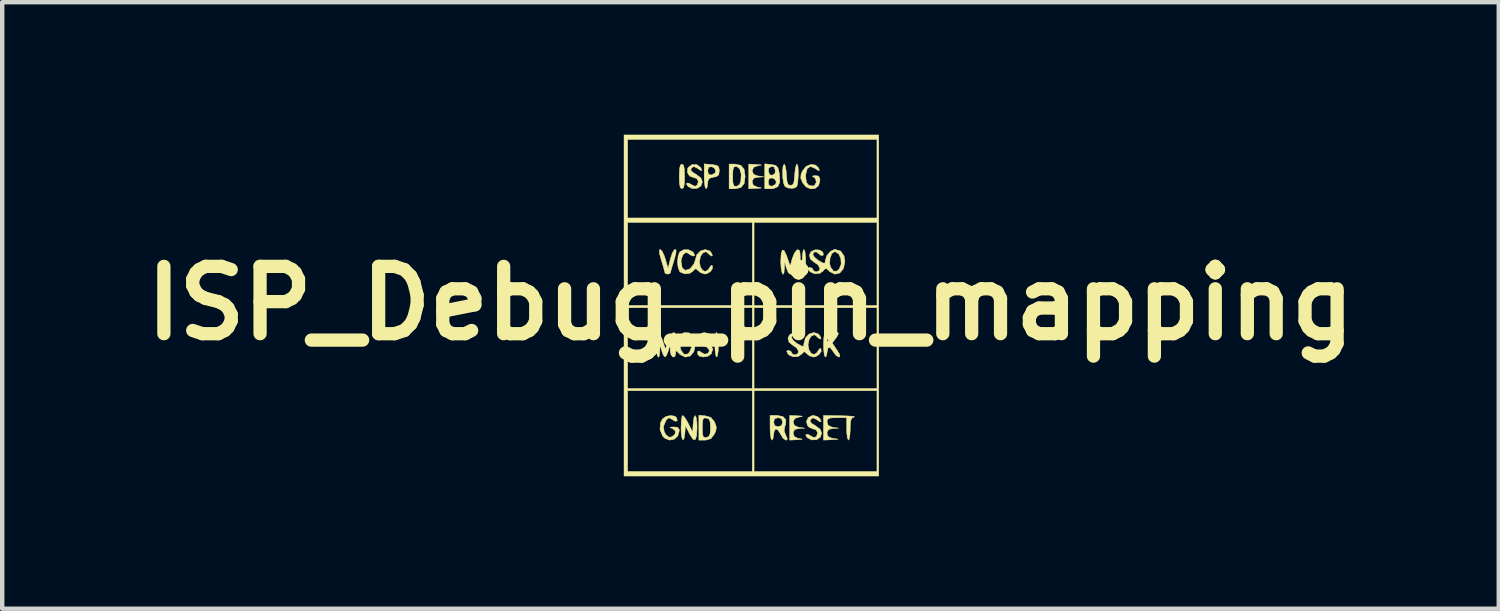
<source format=kicad_pcb>
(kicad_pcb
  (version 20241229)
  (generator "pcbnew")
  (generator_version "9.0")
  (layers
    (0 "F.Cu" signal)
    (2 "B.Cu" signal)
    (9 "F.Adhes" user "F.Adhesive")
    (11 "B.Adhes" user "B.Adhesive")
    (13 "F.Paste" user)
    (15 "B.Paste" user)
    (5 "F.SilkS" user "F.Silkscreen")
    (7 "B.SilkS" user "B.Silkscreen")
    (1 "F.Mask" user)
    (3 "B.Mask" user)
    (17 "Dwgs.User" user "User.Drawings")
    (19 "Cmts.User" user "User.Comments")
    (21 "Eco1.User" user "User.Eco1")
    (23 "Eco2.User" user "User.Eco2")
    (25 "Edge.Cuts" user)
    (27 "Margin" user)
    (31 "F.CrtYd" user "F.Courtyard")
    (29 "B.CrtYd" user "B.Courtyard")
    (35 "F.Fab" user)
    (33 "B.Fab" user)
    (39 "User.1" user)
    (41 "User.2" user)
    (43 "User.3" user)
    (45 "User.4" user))
  (footprint "ISP_Debug_pin_mapping"
    (layer "F.Cu")
    (at 13.941 3.815)
    (property "Reference" "ISP_Debug_pin_mapping" (at 0 0 0) (layer "F.SilkS") (effects (font (size 1.524 1.524) (thickness 0.3))))
    (attr through_hole)
    (fp_poly (pts (xy -1.516 -3.125) (xy -1.497 -3.036) (xy -1.492 -2.87) (xy -1.497 -2.702) (xy -1.516 -2.615) (xy -1.552 -2.591) (xy -1.589 -2.616) (xy -1.607 -2.704) (xy -1.613 -2.87) (xy -1.607 -3.039) (xy -1.588 -3.125) (xy -1.552 -3.15) (xy -1.516 -3.125)) (stroke (width 0.01) (type solid)) (fill yes) (layer "F.SilkS"))
    (fp_poly (pts (xy -0.744 0.706) (xy -0.729 0.825) (xy -0.726 0.94) (xy -0.732 1.093) (xy -0.749 1.194) (xy -0.766 1.219) (xy -0.788 1.173) (xy -0.803 1.055) (xy -0.806 0.94) (xy -0.8 0.787) (xy -0.783 0.685) (xy -0.766 0.66) (xy -0.744 0.706)) (stroke (width 0.01) (type solid)) (fill yes) (layer "F.SilkS"))
    (fp_poly (pts (xy 1.232 -1.173) (xy 1.246 -1.055) (xy 1.25 -0.94) (xy 1.243 -0.787) (xy 1.226 -0.685) (xy 1.21 -0.66) (xy 1.187 -0.706) (xy 1.173 -0.825) (xy 1.169 -0.94) (xy 1.176 -1.093) (xy 1.193 -1.194) (xy 1.21 -1.219) (xy 1.232 -1.173)) (stroke (width 0.01) (type solid)) (fill yes) (layer "F.SilkS"))
    (fp_poly (pts (xy -1.683 -1.196) (xy -1.691 -1.117) (xy -1.734 -0.963) (xy -1.734 -0.963) (xy -1.779 -0.817) (xy -1.808 -0.714) (xy -1.814 -0.684) (xy -1.847 -0.663) (xy -1.875 -0.66) (xy -1.929 -0.673) (xy -1.935 -0.684) (xy -1.949 -0.74) (xy -1.984 -0.861) (xy -2.015 -0.963) (xy -2.059 -1.119) (xy -2.066 -1.2) (xy -2.044 -1.219) (xy -2 -1.176) (xy -1.949 -1.066) (xy -1.929 -1.003) (xy -1.866 -0.787) (xy -1.813 -1.003) (xy -1.771 -1.134) (xy -1.725 -1.211) (xy -1.708 -1.219) (xy -1.683 -1.196)) (stroke (width 0.01) (type solid)) (fill yes) (layer "F.SilkS"))
    (fp_poly (pts (xy -1.493 2.579) (xy -1.431 2.679) (xy -1.404 2.731) (xy -1.31 2.921) (xy -1.298 2.731) (xy -1.28 2.59) (xy -1.255 2.543) (xy -1.231 2.582) (xy -1.213 2.7) (xy -1.21 2.819) (xy -1.22 3.004) (xy -1.251 3.09) (xy -1.303 3.079) (xy -1.375 2.969) (xy -1.392 2.934) (xy -1.472 2.769) (xy -1.484 2.934) (xy -1.503 3.061) (xy -1.528 3.098) (xy -1.552 3.051) (xy -1.569 2.931) (xy -1.572 2.819) (xy -1.566 2.666) (xy -1.551 2.565) (xy -1.535 2.54) (xy -1.493 2.579)) (stroke (width 0.01) (type solid)) (fill yes) (layer "F.SilkS"))
    (fp_poly (pts (xy 0.131 -3.141) (xy 0.228 -3.135) (xy 0.248 -3.128) (xy 0.197 -3.117) (xy 0.171 -3.113) (xy 0.074 -3.079) (xy 0.041 -3.01) (xy 0.04 -2.997) (xy 0.066 -2.923) (xy 0.154 -2.885) (xy 0.171 -2.882) (xy 0.302 -2.861) (xy 0.171 -2.853) (xy 0.077 -2.832) (xy 0.042 -2.774) (xy 0.04 -2.746) (xy 0.064 -2.67) (xy 0.148 -2.632) (xy 0.171 -2.628) (xy 0.242 -2.615) (xy 0.241 -2.607) (xy 0.164 -2.601) (xy 0.131 -2.599) (xy -0.04 -2.591) (xy -0.04 -3.15) (xy 0.131 -3.141)) (stroke (width 0.01) (type solid)) (fill yes) (layer "F.SilkS"))
    (fp_poly (pts (xy 1.058 2.548) (xy 1.155 2.554) (xy 1.176 2.561) (xy 1.124 2.573) (xy 1.099 2.577) (xy 1.001 2.611) (xy 0.968 2.68) (xy 0.968 2.692) (xy 0.994 2.767) (xy 1.081 2.805) (xy 1.099 2.808) (xy 1.23 2.829) (xy 1.099 2.837) (xy 1.004 2.858) (xy 0.969 2.916) (xy 0.968 2.943) (xy 0.992 3.019) (xy 1.075 3.058) (xy 1.099 3.062) (xy 1.169 3.075) (xy 1.168 3.083) (xy 1.092 3.089) (xy 1.058 3.091) (xy 0.887 3.099) (xy 0.887 2.54) (xy 1.058 2.548)) (stroke (width 0.01) (type solid)) (fill yes) (layer "F.SilkS"))
    (fp_poly (pts (xy -0.217 -3.122) (xy -0.143 -3.031) (xy -0.121 -2.87) (xy -0.144 -2.707) (xy -0.219 -2.618) (xy -0.351 -2.591) (xy -0.484 -2.591) (xy -0.484 -2.87) (xy -0.403 -2.87) (xy -0.398 -2.727) (xy -0.376 -2.66) (xy -0.328 -2.642) (xy -0.323 -2.642) (xy -0.248 -2.687) (xy -0.219 -2.765) (xy -0.21 -2.924) (xy -0.245 -3.044) (xy -0.314 -3.098) (xy -0.325 -3.099) (xy -0.374 -3.083) (xy -0.397 -3.017) (xy -0.403 -2.877) (xy -0.403 -2.87) (xy -0.484 -2.87) (xy -0.484 -3.15) (xy -0.351 -3.15) (xy -0.217 -3.122)) (stroke (width 0.01) (type solid)) (fill yes) (layer "F.SilkS"))
    (fp_poly (pts (xy 1.992 0.681) (xy 1.96 0.753) (xy 1.94 0.781) (xy 1.851 0.901) (xy 1.957 1.06) (xy 2.019 1.163) (xy 2.025 1.211) (xy 2 1.219) (xy 1.934 1.18) (xy 1.871 1.093) (xy 1.805 1.005) (xy 1.756 1.01) (xy 1.734 1.106) (xy 1.734 1.121) (xy 1.716 1.202) (xy 1.693 1.219) (xy 1.671 1.173) (xy 1.657 1.055) (xy 1.653 0.94) (xy 1.66 0.787) (xy 1.677 0.685) (xy 1.693 0.66) (xy 1.725 0.703) (xy 1.734 0.771) (xy 1.734 0.881) (xy 1.827 0.771) (xy 1.911 0.689) (xy 1.971 0.66) (xy 1.992 0.681)) (stroke (width 0.01) (type solid)) (fill yes) (layer "F.SilkS"))
    (fp_poly (pts (xy -1.019 2.55) (xy -0.898 2.585) (xy -0.822 2.675) (xy -0.81 2.699) (xy -0.773 2.805) (xy -0.785 2.892) (xy -0.82 2.966) (xy -0.897 3.066) (xy -1.008 3.098) (xy -1.029 3.099) (xy -1.169 3.099) (xy -1.169 2.819) (xy -1.089 2.819) (xy -1.085 2.962) (xy -1.067 3.028) (xy -1.025 3.042) (xy -0.998 3.039) (xy -0.938 3.012) (xy -0.912 2.941) (xy -0.907 2.819) (xy -0.914 2.685) (xy -0.944 2.621) (xy -0.998 2.6) (xy -1.053 2.6) (xy -1.08 2.642) (xy -1.088 2.75) (xy -1.089 2.819) (xy -1.169 2.819) (xy -1.169 2.534) (xy -1.019 2.55)) (stroke (width 0.01) (type solid)) (fill yes) (layer "F.SilkS"))
    (fp_poly (pts (xy 1.074 -3.103) (xy 1.083 -2.981) (xy 1.081 -2.883) (xy 1.07 -2.727) (xy 1.05 -2.646) (xy 1.006 -2.612) (xy 0.947 -2.601) (xy 0.844 -2.61) (xy 0.776 -2.649) (xy 0.747 -2.728) (xy 0.73 -2.854) (xy 0.727 -2.989) (xy 0.737 -3.1) (xy 0.762 -3.149) (xy 0.764 -3.15) (xy 0.788 -3.104) (xy 0.808 -2.988) (xy 0.814 -2.908) (xy 0.827 -2.76) (xy 0.853 -2.687) (xy 0.9 -2.667) (xy 0.907 -2.667) (xy 0.958 -2.683) (xy 0.985 -2.749) (xy 0.999 -2.888) (xy 1 -2.908) (xy 1.015 -3.049) (xy 1.039 -3.136) (xy 1.053 -3.15) (xy 1.074 -3.103)) (stroke (width 0.01) (type solid)) (fill yes) (layer "F.SilkS"))
    (fp_poly (pts (xy -1.214 -3.138) (xy -1.129 -3.073) (xy -1.099 -3.009) (xy -1.129 -3.006) (xy -1.209 -3.059) (xy -1.283 -3.096) (xy -1.337 -3.061) (xy -1.352 -3.012) (xy -1.307 -2.963) (xy -1.237 -2.921) (xy -1.125 -2.838) (xy -1.089 -2.748) (xy -1.123 -2.654) (xy -1.207 -2.6) (xy -1.315 -2.595) (xy -1.41 -2.64) (xy -1.448 -2.694) (xy -1.444 -2.719) (xy -1.395 -2.719) (xy -1.335 -2.684) (xy -1.256 -2.646) (xy -1.206 -2.677) (xy -1.18 -2.758) (xy -1.219 -2.824) (xy -1.288 -2.845) (xy -1.379 -2.879) (xy -1.429 -2.959) (xy -1.422 -3.055) (xy -1.411 -3.073) (xy -1.322 -3.139) (xy -1.214 -3.138)) (stroke (width 0.01) (type solid)) (fill yes) (layer "F.SilkS"))
    (fp_poly (pts (xy -0.877 -3.14) (xy -0.768 -3.123) (xy -0.719 -3.087) (xy -0.706 -3.013) (xy -0.706 -2.997) (xy -0.719 -2.906) (xy -0.776 -2.865) (xy -0.837 -2.854) (xy -0.929 -2.829) (xy -0.964 -2.77) (xy -0.968 -2.715) (xy -0.982 -2.621) (xy -1.008 -2.591) (xy -1.03 -2.637) (xy -1.045 -2.755) (xy -1.048 -2.873) (xy -1.048 -2.997) (xy -0.968 -2.997) (xy -0.949 -2.916) (xy -0.881 -2.904) (xy -0.877 -2.905) (xy -0.806 -2.946) (xy -0.786 -2.997) (xy -0.821 -3.063) (xy -0.877 -3.09) (xy -0.948 -3.08) (xy -0.968 -3.002) (xy -0.968 -2.997) (xy -1.048 -2.997) (xy -1.048 -3.155) (xy -0.877 -3.14)) (stroke (width 0.01) (type solid)) (fill yes) (layer "F.SilkS"))
    (fp_poly (pts (xy 1.526 2.572) (xy 1.572 2.616) (xy 1.602 2.68) (xy 1.572 2.684) (xy 1.492 2.63) (xy 1.418 2.594) (xy 1.365 2.629) (xy 1.349 2.678) (xy 1.394 2.727) (xy 1.464 2.768) (xy 1.576 2.852) (xy 1.613 2.942) (xy 1.579 3.036) (xy 1.495 3.09) (xy 1.387 3.095) (xy 1.291 3.05) (xy 1.253 2.995) (xy 1.257 2.971) (xy 1.306 2.97) (xy 1.366 3.005) (xy 1.445 3.044) (xy 1.495 3.013) (xy 1.521 2.931) (xy 1.482 2.865) (xy 1.414 2.845) (xy 1.327 2.808) (xy 1.29 2.769) (xy 1.267 2.674) (xy 1.308 2.59) (xy 1.397 2.543) (xy 1.431 2.54) (xy 1.526 2.572)) (stroke (width 0.01) (type solid)) (fill yes) (layer "F.SilkS"))
    (fp_poly (pts (xy -1.712 2.558) (xy -1.672 2.594) (xy -1.658 2.662) (xy -1.701 2.673) (xy -1.772 2.632) (xy -1.845 2.593) (xy -1.896 2.63) (xy -1.918 2.664) (xy -1.97 2.79) (xy -1.955 2.902) (xy -1.922 2.968) (xy -1.847 3.034) (xy -1.781 3.025) (xy -1.707 2.965) (xy -1.702 2.891) (xy -1.766 2.835) (xy -1.784 2.83) (xy -1.825 2.814) (xy -1.79 2.804) (xy -1.744 2.801) (xy -1.65 2.809) (xy -1.615 2.857) (xy -1.613 2.885) (xy -1.646 3.006) (xy -1.728 3.08) (xy -1.836 3.099) (xy -1.943 3.055) (xy -1.989 3.006) (xy -2.049 2.861) (xy -2.039 2.709) (xy -1.993 2.62) (xy -1.911 2.563) (xy -1.806 2.542) (xy -1.712 2.558)) (stroke (width 0.01) (type solid)) (fill yes) (layer "F.SilkS"))
    (fp_poly (pts (xy 0.735 2.566) (xy 0.801 2.637) (xy 0.796 2.746) (xy 0.778 2.788) (xy 0.762 2.889) (xy 0.797 2.985) (xy 0.834 3.068) (xy 0.822 3.096) (xy 0.798 3.099) (xy 0.738 3.058) (xy 0.685 2.972) (xy 0.629 2.879) (xy 0.578 2.845) (xy 0.537 2.889) (xy 0.524 2.972) (xy 0.51 3.067) (xy 0.484 3.099) (xy 0.462 3.053) (xy 0.447 2.934) (xy 0.443 2.819) (xy 0.443 2.692) (xy 0.524 2.692) (xy 0.548 2.772) (xy 0.625 2.794) (xy 0.704 2.77) (xy 0.726 2.692) (xy 0.702 2.613) (xy 0.625 2.591) (xy 0.546 2.615) (xy 0.524 2.692) (xy 0.443 2.692) (xy 0.443 2.54) (xy 0.606 2.54) (xy 0.735 2.566)) (stroke (width 0.01) (type solid)) (fill yes) (layer "F.SilkS"))
    (fp_poly (pts (xy 1.101 -1.204) (xy 1.121 -1.146) (xy 1.128 -1.016) (xy 1.129 -0.944) (xy 1.124 -0.774) (xy 1.105 -0.686) (xy 1.069 -0.66) (xy 1.068 -0.66) (xy 1.019 -0.706) (xy 1.005 -0.8) (xy 1.002 -0.94) (xy 0.961 -0.8) (xy 0.922 -0.7) (xy 0.887 -0.66) (xy 0.851 -0.703) (xy 0.813 -0.8) (xy 0.772 -0.94) (xy 0.769 -0.8) (xy 0.758 -0.684) (xy 0.736 -0.654) (xy 0.712 -0.698) (xy 0.692 -0.803) (xy 0.685 -0.94) (xy 0.694 -1.121) (xy 0.721 -1.205) (xy 0.762 -1.191) (xy 0.817 -1.078) (xy 0.834 -1.029) (xy 0.898 -0.838) (xy 0.947 -1.016) (xy 0.995 -1.137) (xy 1.052 -1.206) (xy 1.062 -1.21) (xy 1.101 -1.204)) (stroke (width 0.01) (type solid)) (fill yes) (layer "F.SilkS"))
    (fp_poly (pts (xy 1.472 -3.128) (xy 1.53 -3.076) (xy 1.562 -3.01) (xy 1.532 -3.005) (xy 1.456 -3.056) (xy 1.356 -3.096) (xy 1.284 -3.046) (xy 1.251 -2.914) (xy 1.25 -2.875) (xy 1.264 -2.74) (xy 1.315 -2.675) (xy 1.33 -2.667) (xy 1.414 -2.654) (xy 1.451 -2.667) (xy 1.49 -2.742) (xy 1.469 -2.824) (xy 1.421 -2.861) (xy 1.399 -2.878) (xy 1.453 -2.889) (xy 1.462 -2.89) (xy 1.543 -2.878) (xy 1.571 -2.814) (xy 1.572 -2.774) (xy 1.541 -2.661) (xy 1.461 -2.598) (xy 1.358 -2.589) (xy 1.254 -2.636) (xy 1.183 -2.724) (xy 1.138 -2.829) (xy 1.144 -2.916) (xy 1.173 -2.99) (xy 1.254 -3.094) (xy 1.364 -3.143) (xy 1.472 -3.128)) (stroke (width 0.01) (type solid)) (fill yes) (layer "F.SilkS"))
    (fp_poly (pts (xy 0.472 -3.14) (xy 0.571 -3.12) (xy 0.621 -3.068) (xy 0.65 -2.951) (xy 0.654 -2.927) (xy 0.665 -2.748) (xy 0.621 -2.641) (xy 0.517 -2.594) (xy 0.459 -2.591) (xy 0.323 -2.591) (xy 0.323 -2.743) (xy 0.403 -2.743) (xy 0.422 -2.662) (xy 0.49 -2.65) (xy 0.494 -2.651) (xy 0.565 -2.692) (xy 0.585 -2.743) (xy 0.55 -2.809) (xy 0.494 -2.836) (xy 0.423 -2.826) (xy 0.403 -2.748) (xy 0.403 -2.743) (xy 0.323 -2.743) (xy 0.323 -2.997) (xy 0.403 -2.997) (xy 0.432 -2.912) (xy 0.484 -2.896) (xy 0.551 -2.932) (xy 0.564 -2.997) (xy 0.536 -3.082) (xy 0.484 -3.099) (xy 0.416 -3.063) (xy 0.403 -2.997) (xy 0.323 -2.997) (xy 0.323 -3.156) (xy 0.472 -3.14)) (stroke (width 0.01) (type solid)) (fill yes) (layer "F.SilkS"))
    (fp_poly (pts (xy -0.945 0.685) (xy -0.887 0.737) (xy -0.858 0.797) (xy -0.894 0.813) (xy -0.899 0.813) (xy -0.963 0.78) (xy -0.977 0.753) (xy -1.018 0.72) (xy -1.081 0.737) (xy -1.125 0.786) (xy -1.129 0.807) (xy -1.094 0.85) (xy -1.01 0.888) (xy -1.005 0.89) (xy -0.896 0.949) (xy -0.854 1.038) (xy -0.887 1.143) (xy -0.887 1.144) (xy -0.96 1.198) (xy -1.062 1.218) (xy -1.153 1.2) (xy -1.191 1.165) (xy -1.203 1.096) (xy -1.163 1.08) (xy -1.11 1.116) (xy -1.038 1.153) (xy -0.969 1.139) (xy -0.934 1.085) (xy -0.937 1.055) (xy -0.985 0.996) (xy -1.047 0.965) (xy -1.142 0.91) (xy -1.195 0.828) (xy -1.196 0.745) (xy -1.169 0.711) (xy -1.057 0.664) (xy -0.945 0.685)) (stroke (width 0.01) (type solid)) (fill yes) (layer "F.SilkS"))
    (fp_poly (pts (xy 2.046 2.547) (xy 2.201 2.552) (xy 2.309 2.559) (xy 2.357 2.569) (xy 2.348 2.576) (xy 2.294 2.602) (xy 2.267 2.664) (xy 2.258 2.791) (xy 2.258 2.848) (xy 2.25 2.992) (xy 2.232 3.083) (xy 2.217 3.099) (xy 2.194 3.053) (xy 2.18 2.936) (xy 2.177 2.845) (xy 2.177 2.591) (xy 1.955 2.591) (xy 1.827 2.595) (xy 1.76 2.615) (xy 1.736 2.657) (xy 1.734 2.689) (xy 1.758 2.765) (xy 1.841 2.804) (xy 1.865 2.808) (xy 1.996 2.829) (xy 1.865 2.837) (xy 1.77 2.858) (xy 1.735 2.916) (xy 1.734 2.943) (xy 1.753 3.014) (xy 1.824 3.051) (xy 1.885 3.062) (xy 1.967 3.074) (xy 1.979 3.081) (xy 1.916 3.087) (xy 1.845 3.09) (xy 1.653 3.099) (xy 1.653 2.54) (xy 2.046 2.547)) (stroke (width 0.01) (type solid)) (fill yes) (layer "F.SilkS"))
    (fp_poly (pts (xy 2.903 3.912) (xy -2.863 3.912) (xy -2.863 1.981) (xy -2.782 1.981) (xy -2.782 3.81) (xy 0.04 3.81) (xy 0.04 1.981) (xy 0.081 1.981) (xy 0.081 3.81) (xy 2.863 3.81) (xy 2.863 1.981) (xy 0.081 1.981) (xy 0.04 1.981) (xy -2.782 1.981) (xy -2.863 1.981) (xy -2.863 0.102) (xy -2.782 0.102) (xy -2.782 1.93) (xy 0.04 1.93) (xy 0.04 0.102) (xy 0.081 0.102) (xy 0.081 1.93) (xy 2.863 1.93) (xy 2.863 0.102) (xy 0.081 0.102) (xy 0.04 0.102) (xy -2.782 0.102) (xy -2.863 0.102) (xy -2.863 -1.829) (xy -2.782 -1.829) (xy -2.782 0.051) (xy 0.04 0.051) (xy 0.04 -1.829) (xy 0.081 -1.829) (xy 0.081 0.051) (xy 2.863 0.051) (xy 2.863 -1.829) (xy 0.081 -1.829) (xy 0.04 -1.829) (xy -2.782 -1.829) (xy -2.863 -1.829) (xy -2.863 -3.708) (xy -2.782 -3.708) (xy -2.782 -1.93) (xy 2.863 -1.93) (xy 2.863 -3.708) (xy -2.782 -3.708) (xy -2.863 -3.708) (xy -2.863 -3.81) (xy 2.903 -3.81) (xy 2.903 3.912)) (stroke (width 0.01) (type solid)) (fill yes) (layer "F.SilkS"))
    (fp_poly (pts (xy -0.924 -1.184) (xy -0.887 -1.143) (xy -0.861 -1.08) (xy -0.88 -1.067) (xy -0.939 -1.104) (xy -0.947 -1.118) (xy -1.008 -1.167) (xy -1.082 -1.136) (xy -1.132 -1.06) (xy -1.156 -0.937) (xy -1.136 -0.826) (xy -1.085 -0.746) (xy -1.02 -0.718) (xy -0.954 -0.761) (xy -0.932 -0.8) (xy -0.889 -0.856) (xy -0.864 -0.852) (xy -0.858 -0.789) (xy -0.905 -0.719) (xy -0.982 -0.67) (xy -1.03 -0.66) (xy -1.131 -0.692) (xy -1.182 -0.735) (xy -1.236 -0.784) (xy -1.28 -0.752) (xy -1.291 -0.735) (xy -1.374 -0.676) (xy -1.487 -0.664) (xy -1.586 -0.703) (xy -1.605 -0.721) (xy -1.639 -0.813) (xy -1.653 -0.94) (xy -1.638 -1.071) (xy -1.605 -1.158) (xy -1.516 -1.21) (xy -1.402 -1.211) (xy -1.307 -1.163) (xy -1.29 -1.143) (xy -1.261 -1.083) (xy -1.294 -1.067) (xy -1.297 -1.067) (xy -1.376 -1.1) (xy -1.401 -1.126) (xy -1.464 -1.151) (xy -1.526 -1.101) (xy -1.567 -0.999) (xy -1.572 -0.94) (xy -1.546 -0.802) (xy -1.477 -0.744) (xy -1.379 -0.775) (xy -1.354 -0.796) (xy -1.281 -0.888) (xy -1.251 -0.974) (xy -1.215 -1.099) (xy -1.131 -1.184) (xy -1.024 -1.216) (xy -0.924 -1.184)) (stroke (width 0.01) (type solid)) (fill yes) (layer "F.SilkS"))
    (fp_poly (pts (xy -1.39 0.671) (xy -1.299 0.751) (xy -1.252 0.894) (xy -1.25 0.94) (xy -1.282 1.097) (xy -1.363 1.194) (xy -1.473 1.22) (xy -1.591 1.164) (xy -1.62 1.135) (xy -1.674 1.079) (xy -1.692 1.095) (xy -1.693 1.135) (xy -1.713 1.212) (xy -1.757 1.218) (xy -1.8 1.166) (xy -1.817 1.079) (xy -1.82 0.985) (xy -1.593 0.985) (xy -1.575 1.06) (xy -1.506 1.155) (xy -1.424 1.151) (xy -1.379 1.107) (xy -1.334 0.995) (xy -1.341 0.867) (xy -1.391 0.76) (xy -1.473 0.711) (xy -1.481 0.711) (xy -1.545 0.755) (xy -1.586 0.859) (xy -1.593 0.985) (xy -1.82 0.985) (xy -1.821 0.94) (xy -1.861 1.079) (xy -1.9 1.179) (xy -1.935 1.219) (xy -1.972 1.177) (xy -2.009 1.079) (xy -2.05 0.94) (xy -2.053 1.079) (xy -2.064 1.196) (xy -2.086 1.225) (xy -2.11 1.181) (xy -2.13 1.076) (xy -2.137 0.94) (xy -2.128 0.759) (xy -2.102 0.674) (xy -2.06 0.689) (xy -2.005 0.802) (xy -1.988 0.851) (xy -1.924 1.041) (xy -1.876 0.864) (xy -1.828 0.747) (xy -1.77 0.677) (xy -1.719 0.666) (xy -1.694 0.724) (xy -1.693 0.741) (xy -1.688 0.799) (xy -1.657 0.785) (xy -1.62 0.744) (xy -1.504 0.665) (xy -1.39 0.671)) (stroke (width 0.01) (type solid)) (fill yes) (layer "F.SilkS"))
    (fp_poly (pts (xy 1.532 0.693) (xy 1.572 0.737) (xy 1.598 0.8) (xy 1.58 0.813) (xy 1.52 0.776) (xy 1.512 0.762) (xy 1.451 0.713) (xy 1.378 0.743) (xy 1.328 0.819) (xy 1.303 0.942) (xy 1.324 1.054) (xy 1.374 1.133) (xy 1.44 1.162) (xy 1.505 1.119) (xy 1.527 1.08) (xy 1.57 1.024) (xy 1.595 1.028) (xy 1.601 1.091) (xy 1.554 1.16) (xy 1.477 1.21) (xy 1.429 1.219) (xy 1.329 1.188) (xy 1.277 1.144) (xy 1.224 1.095) (xy 1.18 1.128) (xy 1.168 1.144) (xy 1.083 1.205) (xy 0.97 1.214) (xy 0.871 1.171) (xy 0.847 1.143) (xy 0.819 1.083) (xy 0.856 1.067) (xy 0.862 1.067) (xy 0.919 1.092) (xy 0.927 1.118) (xy 0.961 1.159) (xy 1.008 1.168) (xy 1.075 1.142) (xy 1.084 1.079) (xy 1.039 1.006) (xy 0.965 0.957) (xy 0.873 0.883) (xy 0.848 0.791) (xy 0.889 0.71) (xy 0.983 0.669) (xy 1.079 0.676) (xy 1.148 0.715) (xy 1.168 0.77) (xy 1.156 0.796) (xy 1.108 0.797) (xy 1.08 0.771) (xy 1.009 0.718) (xy 0.949 0.723) (xy 0.929 0.775) (xy 0.963 0.835) (xy 1.046 0.906) (xy 1.07 0.921) (xy 1.16 0.97) (xy 1.2 0.973) (xy 1.209 0.928) (xy 1.21 0.912) (xy 1.243 0.785) (xy 1.326 0.698) (xy 1.431 0.663) (xy 1.532 0.693)) (stroke (width 0.01) (type solid)) (fill yes) (layer "F.SilkS"))
    (fp_poly (pts (xy 2.042 -1.181) (xy 2.119 -1.07) (xy 2.137 -0.94) (xy 2.105 -0.783) (xy 2.023 -0.685) (xy 1.913 -0.658) (xy 1.797 -0.713) (xy 1.773 -0.738) (xy 1.715 -0.789) (xy 1.672 -0.764) (xy 1.654 -0.738) (xy 1.568 -0.675) (xy 1.454 -0.666) (xy 1.354 -0.709) (xy 1.33 -0.737) (xy 1.302 -0.797) (xy 1.339 -0.813) (xy 1.346 -0.813) (xy 1.402 -0.787) (xy 1.411 -0.762) (xy 1.445 -0.721) (xy 1.492 -0.711) (xy 1.559 -0.738) (xy 1.568 -0.801) (xy 1.523 -0.873) (xy 1.492 -0.894) (xy 1.793 -0.894) (xy 1.812 -0.819) (xy 1.881 -0.725) (xy 1.962 -0.729) (xy 2.008 -0.772) (xy 2.053 -0.885) (xy 2.045 -1.013) (xy 1.996 -1.119) (xy 1.914 -1.168) (xy 1.906 -1.168) (xy 1.842 -1.125) (xy 1.801 -1.02) (xy 1.793 -0.894) (xy 1.492 -0.894) (xy 1.449 -0.923) (xy 1.357 -0.997) (xy 1.332 -1.088) (xy 1.372 -1.169) (xy 1.466 -1.21) (xy 1.563 -1.204) (xy 1.632 -1.165) (xy 1.652 -1.109) (xy 1.64 -1.084) (xy 1.592 -1.083) (xy 1.564 -1.108) (xy 1.493 -1.161) (xy 1.433 -1.156) (xy 1.412 -1.105) (xy 1.447 -1.044) (xy 1.529 -0.974) (xy 1.554 -0.959) (xy 1.644 -0.909) (xy 1.684 -0.906) (xy 1.693 -0.95) (xy 1.693 -0.964) (xy 1.727 -1.075) (xy 1.808 -1.173) (xy 1.903 -1.219) (xy 1.911 -1.219) (xy 2.042 -1.181)) (stroke (width 0.01) (type solid)) (fill yes) (layer "F.SilkS")))
  (gr_rect
    (start -3 -3)
    (end 30.882 10.732)
    (stroke (width 0.1) (type default))
    (fill no)
    (layer "Edge.Cuts")))
</source>
